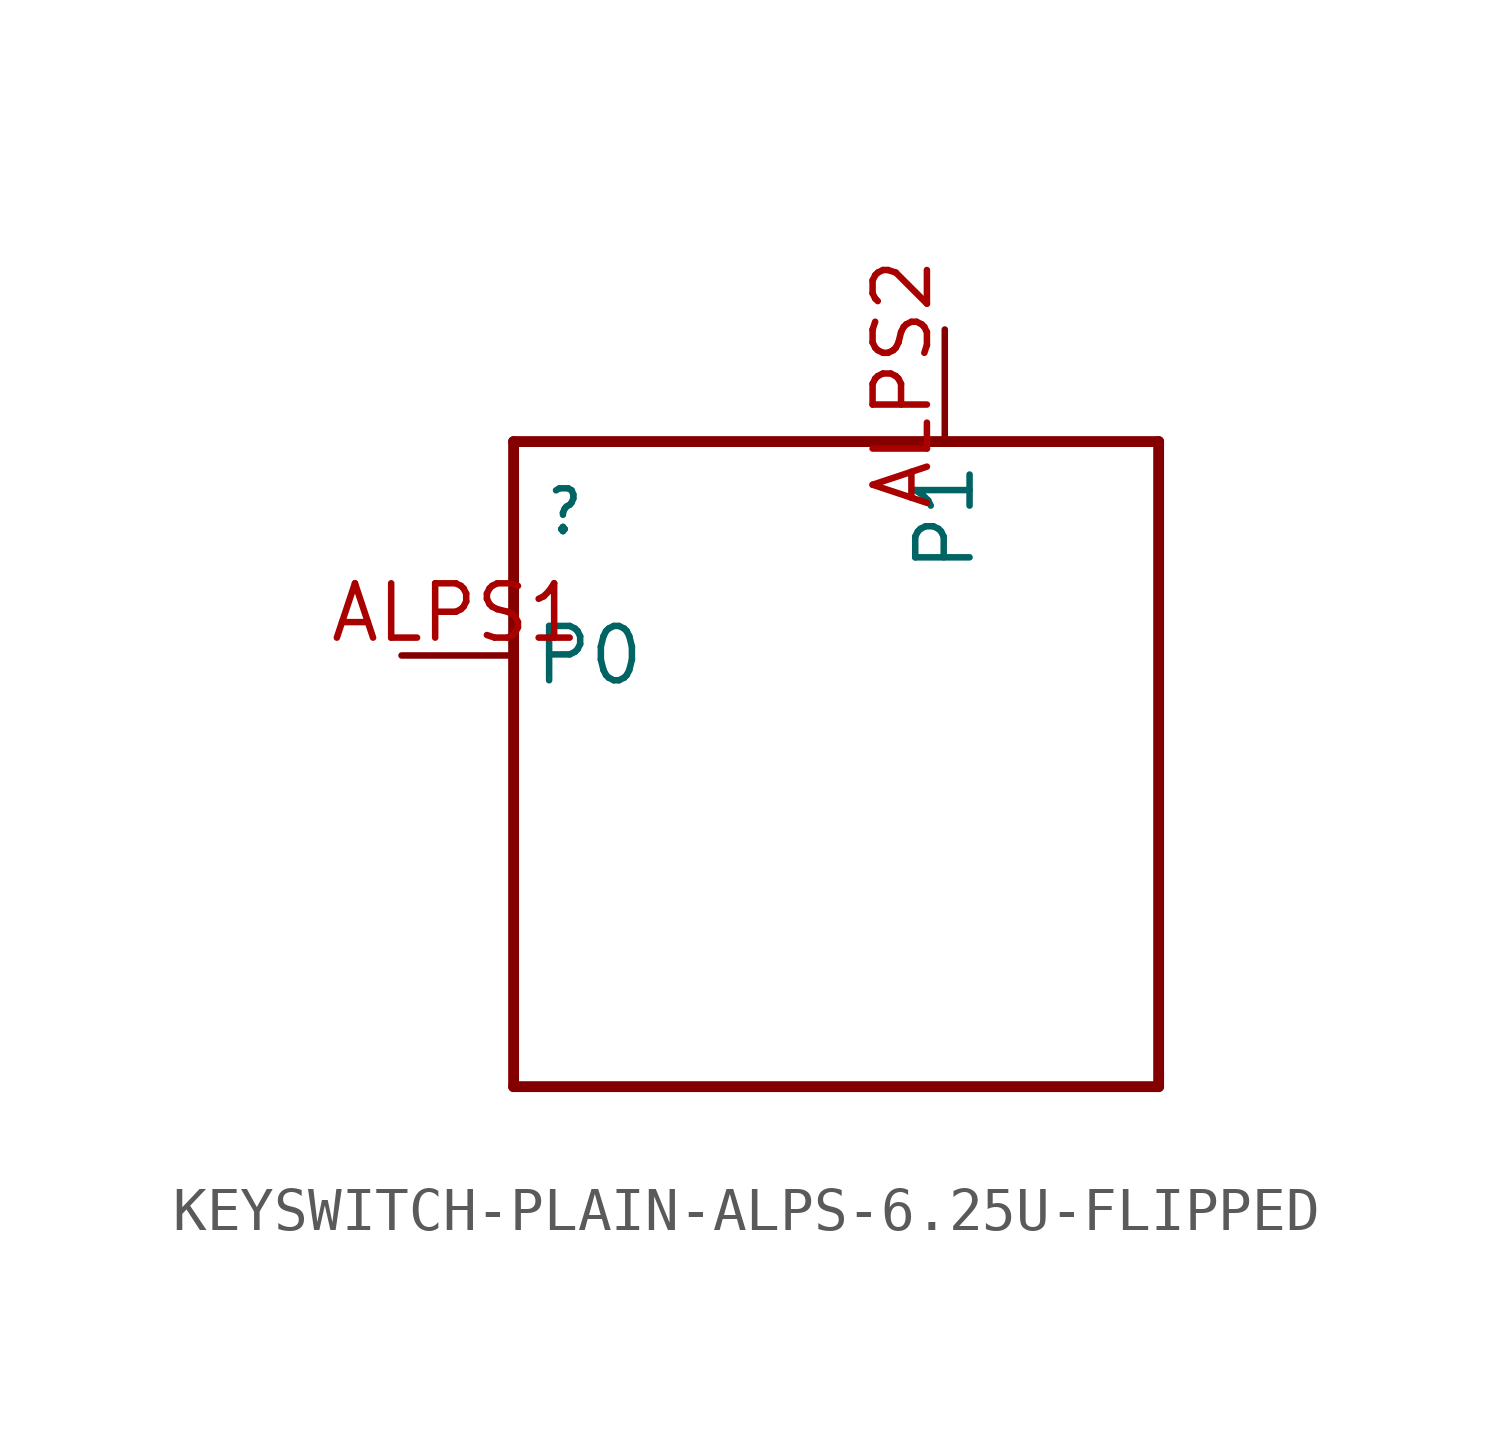
<source format=kicad_sym>
(kicad_symbol_lib
  (version 20211014)
  (generator kicad_symbol_editor)
  (symbol "KEYSWITCH-PLAIN-ALPS-6.25U-FLIPPED"
    (property "Reference" ""
      (at -6.81 5.318 0)
      (effects (font (size 1 0.85)) (justify left bottom)))
    (property "ki_locked" ""
      (at 0 0 0)
      (effects (font (size 1.27 1.27))))
    (symbol "KEYSWITCH-PLAIN-ALPS-6.25U-FLIPPED_1_0"
      (polyline (pts (xy -7.54 -7.54) (xy -7.54 7.54)) (stroke (width 0.254) (type default) (color 0 0 0 0)) (fill (type none)))
      (polyline (pts (xy -7.54 7.54) (xy 7.54 7.54)) (stroke (width 0.254) (type default) (color 0 0 0 0)) (fill (type none)))
      (polyline (pts (xy 7.54 -7.54) (xy -7.54 -7.54)) (stroke (width 0.254) (type default) (color 0 0 0 0)) (fill (type none)))
      (polyline (pts (xy 7.54 7.54) (xy 7.54 -7.54)) (stroke (width 0.254) (type default) (color 0 0 0 0)) (fill (type none)))
      (pin bidirectional line (at -10.16 2.54 0) (length 2.54) (name "P0" (effects (font (size 1.27 1.27)))) (number "ALPS1" (effects (font (size 1.27 1.27)))))
      (pin bidirectional line (at 2.54 10.16 270) (length 2.54) (name "P1" (effects (font (size 1.27 1.27)))) (number "ALPS2" (effects (font (size 1.27 1.27))))))))
</source>
